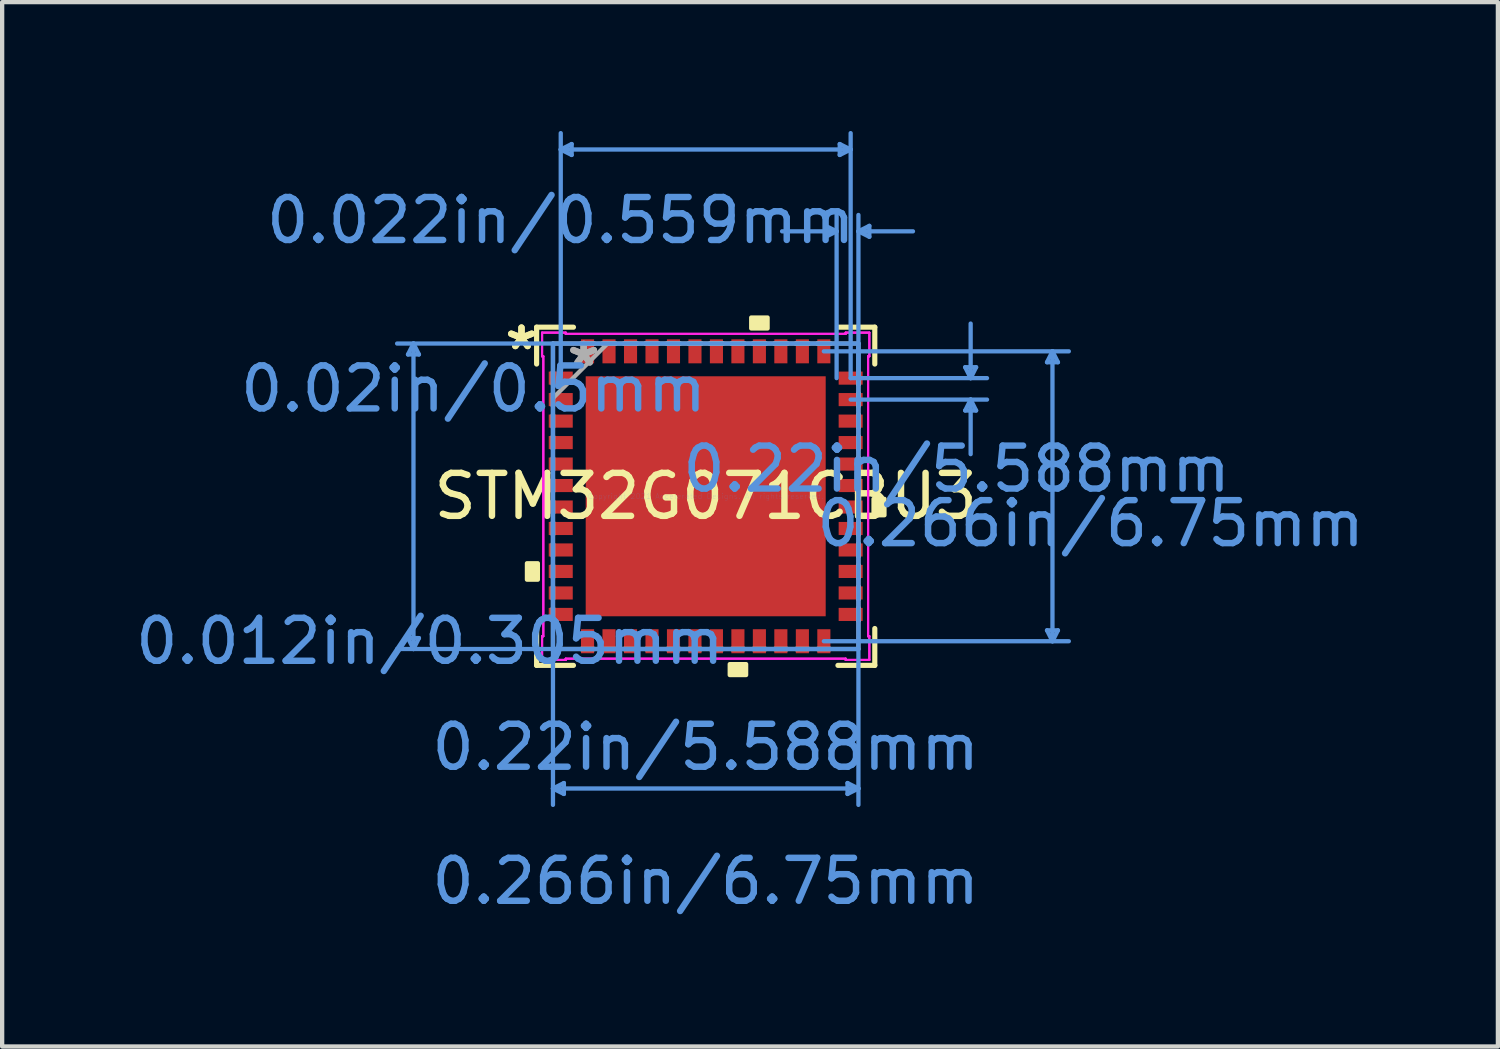
<source format=kicad_pcb>
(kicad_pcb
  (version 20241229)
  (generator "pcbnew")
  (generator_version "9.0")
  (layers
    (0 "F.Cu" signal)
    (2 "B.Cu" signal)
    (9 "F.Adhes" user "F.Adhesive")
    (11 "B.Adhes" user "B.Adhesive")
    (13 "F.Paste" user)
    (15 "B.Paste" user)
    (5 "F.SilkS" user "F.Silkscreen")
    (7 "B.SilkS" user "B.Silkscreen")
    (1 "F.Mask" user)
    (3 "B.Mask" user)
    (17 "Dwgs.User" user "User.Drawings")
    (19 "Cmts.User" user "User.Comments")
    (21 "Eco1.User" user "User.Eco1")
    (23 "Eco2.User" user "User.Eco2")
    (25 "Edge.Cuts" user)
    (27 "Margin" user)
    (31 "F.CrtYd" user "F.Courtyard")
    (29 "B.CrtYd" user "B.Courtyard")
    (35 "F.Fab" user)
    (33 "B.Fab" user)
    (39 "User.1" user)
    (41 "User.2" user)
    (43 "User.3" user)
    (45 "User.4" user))
  (footprint "STM32G071CBU3"
    (layer "F.Cu")
    (at 13.381 8.505)
    (property "Reference" "STM32G071CBU3" (at 0 0 0) (layer "F.SilkS") (effects (font (size 1 1) (thickness 0.15))))
    (attr through_hole)
    (fp_poly (pts (xy -3.654 -2.903) (xy -3.654 -2.598) (xy -3.096 -2.598) (xy -3.096 -2.903)) (stroke (width 0.1) (type solid)) (fill yes) (layer "F.Mask"))
    (fp_poly (pts (xy -3.654 -2.403) (xy -3.654 -2.098) (xy -3.096 -2.098) (xy -3.096 -2.403)) (stroke (width 0.1) (type solid)) (fill yes) (layer "F.Mask"))
    (fp_poly (pts (xy -3.654 -1.903) (xy -3.654 -1.598) (xy -3.096 -1.598) (xy -3.096 -1.903)) (stroke (width 0.1) (type solid)) (fill yes) (layer "F.Mask"))
    (fp_poly (pts (xy -3.654 -1.403) (xy -3.654 -1.098) (xy -3.096 -1.098) (xy -3.096 -1.403)) (stroke (width 0.1) (type solid)) (fill yes) (layer "F.Mask"))
    (fp_poly (pts (xy -3.654 -0.903) (xy -3.654 -0.598) (xy -3.096 -0.598) (xy -3.096 -0.903)) (stroke (width 0.1) (type solid)) (fill yes) (layer "F.Mask"))
    (fp_poly (pts (xy -3.654 -0.402) (xy -3.654 -0.098) (xy -3.096 -0.098) (xy -3.096 -0.402)) (stroke (width 0.1) (type solid)) (fill yes) (layer "F.Mask"))
    (fp_poly (pts (xy -3.654 0.098) (xy -3.654 0.402) (xy -3.096 0.402) (xy -3.096 0.098)) (stroke (width 0.1) (type solid)) (fill yes) (layer "F.Mask"))
    (fp_poly (pts (xy -3.654 0.598) (xy -3.654 0.903) (xy -3.096 0.903) (xy -3.096 0.598)) (stroke (width 0.1) (type solid)) (fill yes) (layer "F.Mask"))
    (fp_poly (pts (xy -3.654 1.098) (xy -3.654 1.403) (xy -3.096 1.403) (xy -3.096 1.098)) (stroke (width 0.1) (type solid)) (fill yes) (layer "F.Mask"))
    (fp_poly (pts (xy -3.654 1.598) (xy -3.654 1.903) (xy -3.096 1.903) (xy -3.096 1.598)) (stroke (width 0.1) (type solid)) (fill yes) (layer "F.Mask"))
    (fp_poly (pts (xy -3.654 2.098) (xy -3.654 2.403) (xy -3.096 2.403) (xy -3.096 2.098)) (stroke (width 0.1) (type solid)) (fill yes) (layer "F.Mask"))
    (fp_poly (pts (xy -3.654 2.598) (xy -3.654 2.903) (xy -3.096 2.903) (xy -3.096 2.598)) (stroke (width 0.1) (type solid)) (fill yes) (layer "F.Mask"))
    (fp_poly (pts (xy -2.903 -3.654) (xy -2.903 -3.096) (xy -2.598 -3.096) (xy -2.598 -3.654)) (stroke (width 0.1) (type solid)) (fill yes) (layer "F.Mask"))
    (fp_poly (pts (xy -2.903 3.096) (xy -2.903 3.654) (xy -2.598 3.654) (xy -2.598 3.096)) (stroke (width 0.1) (type solid)) (fill yes) (layer "F.Mask"))
    (fp_poly (pts (xy -2.403 -3.654) (xy -2.403 -3.096) (xy -2.098 -3.096) (xy -2.098 -3.654)) (stroke (width 0.1) (type solid)) (fill yes) (layer "F.Mask"))
    (fp_poly (pts (xy -2.403 3.096) (xy -2.403 3.654) (xy -2.098 3.654) (xy -2.098 3.096)) (stroke (width 0.1) (type solid)) (fill yes) (layer "F.Mask"))
    (fp_poly (pts (xy -1.903 -3.654) (xy -1.903 -3.096) (xy -1.598 -3.096) (xy -1.598 -3.654)) (stroke (width 0.1) (type solid)) (fill yes) (layer "F.Mask"))
    (fp_poly (pts (xy -1.903 3.096) (xy -1.903 3.654) (xy -1.598 3.654) (xy -1.598 3.096)) (stroke (width 0.1) (type solid)) (fill yes) (layer "F.Mask"))
    (fp_poly (pts (xy -1.403 -3.654) (xy -1.403 -3.096) (xy -1.098 -3.096) (xy -1.098 -3.654)) (stroke (width 0.1) (type solid)) (fill yes) (layer "F.Mask"))
    (fp_poly (pts (xy -1.403 3.096) (xy -1.403 3.654) (xy -1.098 3.654) (xy -1.098 3.096)) (stroke (width 0.1) (type solid)) (fill yes) (layer "F.Mask"))
    (fp_poly (pts (xy -0.903 -3.654) (xy -0.903 -3.096) (xy -0.598 -3.096) (xy -0.598 -3.654)) (stroke (width 0.1) (type solid)) (fill yes) (layer "F.Mask"))
    (fp_poly (pts (xy -0.903 3.096) (xy -0.903 3.654) (xy -0.598 3.654) (xy -0.598 3.096)) (stroke (width 0.1) (type solid)) (fill yes) (layer "F.Mask"))
    (fp_poly (pts (xy -0.402 -3.654) (xy -0.402 -3.096) (xy -0.098 -3.096) (xy -0.098 -3.654)) (stroke (width 0.1) (type solid)) (fill yes) (layer "F.Mask"))
    (fp_poly (pts (xy -0.402 3.096) (xy -0.402 3.654) (xy -0.098 3.654) (xy -0.098 3.096)) (stroke (width 0.1) (type solid)) (fill yes) (layer "F.Mask"))
    (fp_poly (pts (xy 0.098 -3.654) (xy 0.098 -3.096) (xy 0.402 -3.096) (xy 0.402 -3.654)) (stroke (width 0.1) (type solid)) (fill yes) (layer "F.Mask"))
    (fp_poly (pts (xy 0.098 3.096) (xy 0.098 3.654) (xy 0.402 3.654) (xy 0.402 3.096)) (stroke (width 0.1) (type solid)) (fill yes) (layer "F.Mask"))
    (fp_poly (pts (xy 0.598 -3.654) (xy 0.598 -3.096) (xy 0.903 -3.096) (xy 0.903 -3.654)) (stroke (width 0.1) (type solid)) (fill yes) (layer "F.Mask"))
    (fp_poly (pts (xy 0.598 3.096) (xy 0.598 3.654) (xy 0.903 3.654) (xy 0.903 3.096)) (stroke (width 0.1) (type solid)) (fill yes) (layer "F.Mask"))
    (fp_poly (pts (xy 1.098 -3.654) (xy 1.098 -3.096) (xy 1.403 -3.096) (xy 1.403 -3.654)) (stroke (width 0.1) (type solid)) (fill yes) (layer "F.Mask"))
    (fp_poly (pts (xy 1.098 3.096) (xy 1.098 3.654) (xy 1.403 3.654) (xy 1.403 3.096)) (stroke (width 0.1) (type solid)) (fill yes) (layer "F.Mask"))
    (fp_poly (pts (xy 1.598 -3.654) (xy 1.598 -3.096) (xy 1.903 -3.096) (xy 1.903 -3.654)) (stroke (width 0.1) (type solid)) (fill yes) (layer "F.Mask"))
    (fp_poly (pts (xy 1.598 3.096) (xy 1.598 3.654) (xy 1.903 3.654) (xy 1.903 3.096)) (stroke (width 0.1) (type solid)) (fill yes) (layer "F.Mask"))
    (fp_poly (pts (xy 2.098 -3.654) (xy 2.098 -3.096) (xy 2.403 -3.096) (xy 2.403 -3.654)) (stroke (width 0.1) (type solid)) (fill yes) (layer "F.Mask"))
    (fp_poly (pts (xy 2.098 3.096) (xy 2.098 3.654) (xy 2.403 3.654) (xy 2.403 3.096)) (stroke (width 0.1) (type solid)) (fill yes) (layer "F.Mask"))
    (fp_poly (pts (xy 2.598 -3.654) (xy 2.598 -3.096) (xy 2.903 -3.096) (xy 2.903 -3.654)) (stroke (width 0.1) (type solid)) (fill yes) (layer "F.Mask"))
    (fp_poly (pts (xy 2.598 3.096) (xy 2.598 3.654) (xy 2.903 3.654) (xy 2.903 3.096)) (stroke (width 0.1) (type solid)) (fill yes) (layer "F.Mask"))
    (fp_poly (pts (xy 3.096 -2.903) (xy 3.096 -2.598) (xy 3.654 -2.598) (xy 3.654 -2.903)) (stroke (width 0.1) (type solid)) (fill yes) (layer "F.Mask"))
    (fp_poly (pts (xy 3.096 -2.403) (xy 3.096 -2.098) (xy 3.654 -2.098) (xy 3.654 -2.403)) (stroke (width 0.1) (type solid)) (fill yes) (layer "F.Mask"))
    (fp_poly (pts (xy 3.096 -1.903) (xy 3.096 -1.598) (xy 3.654 -1.598) (xy 3.654 -1.903)) (stroke (width 0.1) (type solid)) (fill yes) (layer "F.Mask"))
    (fp_poly (pts (xy 3.096 -1.403) (xy 3.096 -1.098) (xy 3.654 -1.098) (xy 3.654 -1.403)) (stroke (width 0.1) (type solid)) (fill yes) (layer "F.Mask"))
    (fp_poly (pts (xy 3.096 -0.903) (xy 3.096 -0.598) (xy 3.654 -0.598) (xy 3.654 -0.903)) (stroke (width 0.1) (type solid)) (fill yes) (layer "F.Mask"))
    (fp_poly (pts (xy 3.096 -0.402) (xy 3.096 -0.098) (xy 3.654 -0.098) (xy 3.654 -0.402)) (stroke (width 0.1) (type solid)) (fill yes) (layer "F.Mask"))
    (fp_poly (pts (xy 3.096 0.098) (xy 3.096 0.402) (xy 3.654 0.402) (xy 3.654 0.098)) (stroke (width 0.1) (type solid)) (fill yes) (layer "F.Mask"))
    (fp_poly (pts (xy 3.096 0.598) (xy 3.096 0.903) (xy 3.654 0.903) (xy 3.654 0.598)) (stroke (width 0.1) (type solid)) (fill yes) (layer "F.Mask"))
    (fp_poly (pts (xy 3.096 1.098) (xy 3.096 1.403) (xy 3.654 1.403) (xy 3.654 1.098)) (stroke (width 0.1) (type solid)) (fill yes) (layer "F.Mask"))
    (fp_poly (pts (xy 3.096 1.598) (xy 3.096 1.903) (xy 3.654 1.903) (xy 3.654 1.598)) (stroke (width 0.1) (type solid)) (fill yes) (layer "F.Mask"))
    (fp_poly (pts (xy 3.096 2.098) (xy 3.096 2.403) (xy 3.654 2.403) (xy 3.654 2.098)) (stroke (width 0.1) (type solid)) (fill yes) (layer "F.Mask"))
    (fp_poly (pts (xy 3.096 2.598) (xy 3.096 2.903) (xy 3.654 2.903) (xy 3.654 2.598)) (stroke (width 0.1) (type solid)) (fill yes) (layer "F.Mask"))
    (fp_line (start -3.937 -3.937) (end -3.937 -3.079) (stroke (width 0.12) (type solid)) (layer "F.SilkS"))
    (fp_line (start -3.937 3.079) (end -3.937 3.937) (stroke (width 0.12) (type solid)) (layer "F.SilkS"))
    (fp_line (start -3.937 3.937) (end -3.079 3.937) (stroke (width 0.12) (type solid)) (layer "F.SilkS"))
    (fp_line (start -3.079 -3.937) (end -3.937 -3.937) (stroke (width 0.12) (type solid)) (layer "F.SilkS"))
    (fp_line (start 3.079 3.937) (end 3.937 3.937) (stroke (width 0.12) (type solid)) (layer "F.SilkS"))
    (fp_line (start 3.937 -3.937) (end 3.079 -3.937) (stroke (width 0.12) (type solid)) (layer "F.SilkS"))
    (fp_line (start 3.937 -3.079) (end 3.937 -3.937) (stroke (width 0.12) (type solid)) (layer "F.SilkS"))
    (fp_line (start 3.937 3.937) (end 3.937 3.079) (stroke (width 0.12) (type solid)) (layer "F.SilkS"))
    (fp_poly (pts (xy -4.162 1.56) (xy -4.162 1.941) (xy -3.908 1.941) (xy -3.908 1.56)) (stroke (width 0.1) (type solid)) (fill yes) (layer "F.SilkS"))
    (fp_poly (pts (xy 0.56 3.908) (xy 0.56 4.162) (xy 0.941 4.162) (xy 0.941 3.908)) (stroke (width 0.1) (type solid)) (fill yes) (layer "F.SilkS"))
    (fp_poly (pts (xy 1.06 -3.908) (xy 1.06 -4.162) (xy 1.441 -4.162) (xy 1.441 -3.908)) (stroke (width 0.1) (type solid)) (fill yes) (layer "F.SilkS"))
    (fp_poly (pts (xy 4.162 0.06) (xy 4.162 0.441) (xy 3.908 0.441) (xy 3.908 0.06)) (stroke (width 0.1) (type solid)) (fill yes) (layer "F.SilkS"))
    (fp_poly (pts (xy -3.654 -2.903) (xy -3.654 -2.598) (xy -3.096 -2.598) (xy -3.096 -2.903)) (stroke (width 0.1) (type solid)) (fill yes) (layer "F.Paste"))
    (fp_poly (pts (xy -3.654 -2.403) (xy -3.654 -2.098) (xy -3.096 -2.098) (xy -3.096 -2.403)) (stroke (width 0.1) (type solid)) (fill yes) (layer "F.Paste"))
    (fp_poly (pts (xy -3.654 -1.903) (xy -3.654 -1.598) (xy -3.096 -1.598) (xy -3.096 -1.903)) (stroke (width 0.1) (type solid)) (fill yes) (layer "F.Paste"))
    (fp_poly (pts (xy -3.654 -1.403) (xy -3.654 -1.098) (xy -3.096 -1.098) (xy -3.096 -1.403)) (stroke (width 0.1) (type solid)) (fill yes) (layer "F.Paste"))
    (fp_poly (pts (xy -3.654 -0.903) (xy -3.654 -0.598) (xy -3.096 -0.598) (xy -3.096 -0.903)) (stroke (width 0.1) (type solid)) (fill yes) (layer "F.Paste"))
    (fp_poly (pts (xy -3.654 -0.402) (xy -3.654 -0.098) (xy -3.096 -0.098) (xy -3.096 -0.402)) (stroke (width 0.1) (type solid)) (fill yes) (layer "F.Paste"))
    (fp_poly (pts (xy -3.654 0.098) (xy -3.654 0.402) (xy -3.096 0.402) (xy -3.096 0.098)) (stroke (width 0.1) (type solid)) (fill yes) (layer "F.Paste"))
    (fp_poly (pts (xy -3.654 0.598) (xy -3.654 0.903) (xy -3.096 0.903) (xy -3.096 0.598)) (stroke (width 0.1) (type solid)) (fill yes) (layer "F.Paste"))
    (fp_poly (pts (xy -3.654 1.098) (xy -3.654 1.403) (xy -3.096 1.403) (xy -3.096 1.098)) (stroke (width 0.1) (type solid)) (fill yes) (layer "F.Paste"))
    (fp_poly (pts (xy -3.654 1.598) (xy -3.654 1.903) (xy -3.096 1.903) (xy -3.096 1.598)) (stroke (width 0.1) (type solid)) (fill yes) (layer "F.Paste"))
    (fp_poly (pts (xy -3.654 2.098) (xy -3.654 2.403) (xy -3.096 2.403) (xy -3.096 2.098)) (stroke (width 0.1) (type solid)) (fill yes) (layer "F.Paste"))
    (fp_poly (pts (xy -3.654 2.598) (xy -3.654 2.903) (xy -3.096 2.903) (xy -3.096 2.598)) (stroke (width 0.1) (type solid)) (fill yes) (layer "F.Paste"))
    (fp_poly (pts (xy -2.903 -3.654) (xy -2.903 -3.096) (xy -2.598 -3.096) (xy -2.598 -3.654)) (stroke (width 0.1) (type solid)) (fill yes) (layer "F.Paste"))
    (fp_poly (pts (xy -2.903 3.096) (xy -2.903 3.654) (xy -2.598 3.654) (xy -2.598 3.096)) (stroke (width 0.1) (type solid)) (fill yes) (layer "F.Paste"))
    (fp_poly (pts (xy -2.694 -2.694) (xy -2.694 -1.497) (xy -1.497 -1.497) (xy -1.497 -2.694)) (stroke (width 0.1) (type solid)) (fill yes) (layer "F.Paste"))
    (fp_poly (pts (xy -2.694 -1.297) (xy -2.694 -0.1) (xy -1.497 -0.1) (xy -1.497 -1.297)) (stroke (width 0.1) (type solid)) (fill yes) (layer "F.Paste"))
    (fp_poly (pts (xy -2.694 0.1) (xy -2.694 1.297) (xy -1.497 1.297) (xy -1.497 0.1)) (stroke (width 0.1) (type solid)) (fill yes) (layer "F.Paste"))
    (fp_poly (pts (xy -2.694 1.497) (xy -2.694 2.694) (xy -1.497 2.694) (xy -1.497 1.497)) (stroke (width 0.1) (type solid)) (fill yes) (layer "F.Paste"))
    (fp_poly (pts (xy -2.403 -3.654) (xy -2.403 -3.096) (xy -2.098 -3.096) (xy -2.098 -3.654)) (stroke (width 0.1) (type solid)) (fill yes) (layer "F.Paste"))
    (fp_poly (pts (xy -2.403 3.096) (xy -2.403 3.654) (xy -2.098 3.654) (xy -2.098 3.096)) (stroke (width 0.1) (type solid)) (fill yes) (layer "F.Paste"))
    (fp_poly (pts (xy -1.903 -3.654) (xy -1.903 -3.096) (xy -1.598 -3.096) (xy -1.598 -3.654)) (stroke (width 0.1) (type solid)) (fill yes) (layer "F.Paste"))
    (fp_poly (pts (xy -1.903 3.096) (xy -1.903 3.654) (xy -1.598 3.654) (xy -1.598 3.096)) (stroke (width 0.1) (type solid)) (fill yes) (layer "F.Paste"))
    (fp_poly (pts (xy -1.403 -3.654) (xy -1.403 -3.096) (xy -1.098 -3.096) (xy -1.098 -3.654)) (stroke (width 0.1) (type solid)) (fill yes) (layer "F.Paste"))
    (fp_poly (pts (xy -1.403 3.096) (xy -1.403 3.654) (xy -1.098 3.654) (xy -1.098 3.096)) (stroke (width 0.1) (type solid)) (fill yes) (layer "F.Paste"))
    (fp_poly (pts (xy -1.297 -2.694) (xy -1.297 -1.497) (xy -0.1 -1.497) (xy -0.1 -2.694)) (stroke (width 0.1) (type solid)) (fill yes) (layer "F.Paste"))
    (fp_poly (pts (xy -1.297 -1.297) (xy -1.297 -0.1) (xy -0.1 -0.1) (xy -0.1 -1.297)) (stroke (width 0.1) (type solid)) (fill yes) (layer "F.Paste"))
    (fp_poly (pts (xy -1.297 0.1) (xy -1.297 1.297) (xy -0.1 1.297) (xy -0.1 0.1)) (stroke (width 0.1) (type solid)) (fill yes) (layer "F.Paste"))
    (fp_poly (pts (xy -1.297 1.497) (xy -1.297 2.694) (xy -0.1 2.694) (xy -0.1 1.497)) (stroke (width 0.1) (type solid)) (fill yes) (layer "F.Paste"))
    (fp_poly (pts (xy -0.903 -3.654) (xy -0.903 -3.096) (xy -0.598 -3.096) (xy -0.598 -3.654)) (stroke (width 0.1) (type solid)) (fill yes) (layer "F.Paste"))
    (fp_poly (pts (xy -0.903 3.096) (xy -0.903 3.654) (xy -0.598 3.654) (xy -0.598 3.096)) (stroke (width 0.1) (type solid)) (fill yes) (layer "F.Paste"))
    (fp_poly (pts (xy -0.402 -3.654) (xy -0.402 -3.096) (xy -0.098 -3.096) (xy -0.098 -3.654)) (stroke (width 0.1) (type solid)) (fill yes) (layer "F.Paste"))
    (fp_poly (pts (xy -0.402 3.096) (xy -0.402 3.654) (xy -0.098 3.654) (xy -0.098 3.096)) (stroke (width 0.1) (type solid)) (fill yes) (layer "F.Paste"))
    (fp_poly (pts (xy 0.098 -3.654) (xy 0.098 -3.096) (xy 0.402 -3.096) (xy 0.402 -3.654)) (stroke (width 0.1) (type solid)) (fill yes) (layer "F.Paste"))
    (fp_poly (pts (xy 0.098 3.096) (xy 0.098 3.654) (xy 0.402 3.654) (xy 0.402 3.096)) (stroke (width 0.1) (type solid)) (fill yes) (layer "F.Paste"))
    (fp_poly (pts (xy 0.1 -2.694) (xy 0.1 -1.497) (xy 1.297 -1.497) (xy 1.297 -2.694)) (stroke (width 0.1) (type solid)) (fill yes) (layer "F.Paste"))
    (fp_poly (pts (xy 0.1 -1.297) (xy 0.1 -0.1) (xy 1.297 -0.1) (xy 1.297 -1.297)) (stroke (width 0.1) (type solid)) (fill yes) (layer "F.Paste"))
    (fp_poly (pts (xy 0.1 0.1) (xy 0.1 1.297) (xy 1.297 1.297) (xy 1.297 0.1)) (stroke (width 0.1) (type solid)) (fill yes) (layer "F.Paste"))
    (fp_poly (pts (xy 0.1 1.497) (xy 0.1 2.694) (xy 1.297 2.694) (xy 1.297 1.497)) (stroke (width 0.1) (type solid)) (fill yes) (layer "F.Paste"))
    (fp_poly (pts (xy 0.598 -3.654) (xy 0.598 -3.096) (xy 0.903 -3.096) (xy 0.903 -3.654)) (stroke (width 0.1) (type solid)) (fill yes) (layer "F.Paste"))
    (fp_poly (pts (xy 0.598 3.096) (xy 0.598 3.654) (xy 0.903 3.654) (xy 0.903 3.096)) (stroke (width 0.1) (type solid)) (fill yes) (layer "F.Paste"))
    (fp_poly (pts (xy 1.098 -3.654) (xy 1.098 -3.096) (xy 1.403 -3.096) (xy 1.403 -3.654)) (stroke (width 0.1) (type solid)) (fill yes) (layer "F.Paste"))
    (fp_poly (pts (xy 1.098 3.096) (xy 1.098 3.654) (xy 1.403 3.654) (xy 1.403 3.096)) (stroke (width 0.1) (type solid)) (fill yes) (layer "F.Paste"))
    (fp_poly (pts (xy 1.497 -2.694) (xy 1.497 -1.497) (xy 2.694 -1.497) (xy 2.694 -2.694)) (stroke (width 0.1) (type solid)) (fill yes) (layer "F.Paste"))
    (fp_poly (pts (xy 1.497 -1.297) (xy 1.497 -0.1) (xy 2.694 -0.1) (xy 2.694 -1.297)) (stroke (width 0.1) (type solid)) (fill yes) (layer "F.Paste"))
    (fp_poly (pts (xy 1.497 0.1) (xy 1.497 1.297) (xy 2.694 1.297) (xy 2.694 0.1)) (stroke (width 0.1) (type solid)) (fill yes) (layer "F.Paste"))
    (fp_poly (pts (xy 1.497 1.497) (xy 1.497 2.694) (xy 2.694 2.694) (xy 2.694 1.497)) (stroke (width 0.1) (type solid)) (fill yes) (layer "F.Paste"))
    (fp_poly (pts (xy 1.598 -3.654) (xy 1.598 -3.096) (xy 1.903 -3.096) (xy 1.903 -3.654)) (stroke (width 0.1) (type solid)) (fill yes) (layer "F.Paste"))
    (fp_poly (pts (xy 1.598 3.096) (xy 1.598 3.654) (xy 1.903 3.654) (xy 1.903 3.096)) (stroke (width 0.1) (type solid)) (fill yes) (layer "F.Paste"))
    (fp_poly (pts (xy 2.098 -3.654) (xy 2.098 -3.096) (xy 2.403 -3.096) (xy 2.403 -3.654)) (stroke (width 0.1) (type solid)) (fill yes) (layer "F.Paste"))
    (fp_poly (pts (xy 2.098 3.096) (xy 2.098 3.654) (xy 2.403 3.654) (xy 2.403 3.096)) (stroke (width 0.1) (type solid)) (fill yes) (layer "F.Paste"))
    (fp_poly (pts (xy 2.598 -3.654) (xy 2.598 -3.096) (xy 2.903 -3.096) (xy 2.903 -3.654)) (stroke (width 0.1) (type solid)) (fill yes) (layer "F.Paste"))
    (fp_poly (pts (xy 2.598 3.096) (xy 2.598 3.654) (xy 2.903 3.654) (xy 2.903 3.096)) (stroke (width 0.1) (type solid)) (fill yes) (layer "F.Paste"))
    (fp_poly (pts (xy 3.096 -2.903) (xy 3.096 -2.598) (xy 3.654 -2.598) (xy 3.654 -2.903)) (stroke (width 0.1) (type solid)) (fill yes) (layer "F.Paste"))
    (fp_poly (pts (xy 3.096 -2.403) (xy 3.096 -2.098) (xy 3.654 -2.098) (xy 3.654 -2.403)) (stroke (width 0.1) (type solid)) (fill yes) (layer "F.Paste"))
    (fp_poly (pts (xy 3.096 -1.903) (xy 3.096 -1.598) (xy 3.654 -1.598) (xy 3.654 -1.903)) (stroke (width 0.1) (type solid)) (fill yes) (layer "F.Paste"))
    (fp_poly (pts (xy 3.096 -1.403) (xy 3.096 -1.098) (xy 3.654 -1.098) (xy 3.654 -1.403)) (stroke (width 0.1) (type solid)) (fill yes) (layer "F.Paste"))
    (fp_poly (pts (xy 3.096 -0.903) (xy 3.096 -0.598) (xy 3.654 -0.598) (xy 3.654 -0.903)) (stroke (width 0.1) (type solid)) (fill yes) (layer "F.Paste"))
    (fp_poly (pts (xy 3.096 -0.402) (xy 3.096 -0.098) (xy 3.654 -0.098) (xy 3.654 -0.402)) (stroke (width 0.1) (type solid)) (fill yes) (layer "F.Paste"))
    (fp_poly (pts (xy 3.096 0.098) (xy 3.096 0.402) (xy 3.654 0.402) (xy 3.654 0.098)) (stroke (width 0.1) (type solid)) (fill yes) (layer "F.Paste"))
    (fp_poly (pts (xy 3.096 0.598) (xy 3.096 0.903) (xy 3.654 0.903) (xy 3.654 0.598)) (stroke (width 0.1) (type solid)) (fill yes) (layer "F.Paste"))
    (fp_poly (pts (xy 3.096 1.098) (xy 3.096 1.403) (xy 3.654 1.403) (xy 3.654 1.098)) (stroke (width 0.1) (type solid)) (fill yes) (layer "F.Paste"))
    (fp_poly (pts (xy 3.096 1.598) (xy 3.096 1.903) (xy 3.654 1.903) (xy 3.654 1.598)) (stroke (width 0.1) (type solid)) (fill yes) (layer "F.Paste"))
    (fp_poly (pts (xy 3.096 2.098) (xy 3.096 2.403) (xy 3.654 2.403) (xy 3.654 2.098)) (stroke (width 0.1) (type solid)) (fill yes) (layer "F.Paste"))
    (fp_poly (pts (xy 3.096 2.598) (xy 3.096 2.903) (xy 3.654 2.903) (xy 3.654 2.598)) (stroke (width 0.1) (type solid)) (fill yes) (layer "F.Paste"))
    (fp_line (start -6.931 -3.302) (end -6.677 -3.302) (stroke (width 0.1) (type solid)) (layer "Cmts.User"))
    (fp_line (start -6.931 3.302) (end -6.677 3.302) (stroke (width 0.1) (type solid)) (layer "Cmts.User"))
    (fp_line (start -6.804 -3.556) (end -6.931 -3.302) (stroke (width 0.1) (type solid)) (layer "Cmts.User"))
    (fp_line (start -6.804 -3.556) (end -6.804 3.556) (stroke (width 0.1) (type solid)) (layer "Cmts.User"))
    (fp_line (start -6.804 -3.556) (end -6.677 -3.302) (stroke (width 0.1) (type solid)) (layer "Cmts.User"))
    (fp_line (start -6.804 3.556) (end -6.931 3.302) (stroke (width 0.1) (type solid)) (layer "Cmts.User"))
    (fp_line (start -6.804 3.556) (end -6.677 3.302) (stroke (width 0.1) (type solid)) (layer "Cmts.User"))
    (fp_line (start -3.556 -3.556) (end -3.556 7.185) (stroke (width 0.1) (type solid)) (layer "Cmts.User"))
    (fp_line (start -3.556 6.804) (end -3.302 6.677) (stroke (width 0.1) (type solid)) (layer "Cmts.User"))
    (fp_line (start -3.556 6.804) (end -3.302 6.931) (stroke (width 0.1) (type solid)) (layer "Cmts.User"))
    (fp_line (start -3.556 6.804) (end 3.556 6.804) (stroke (width 0.1) (type solid)) (layer "Cmts.User"))
    (fp_line (start -3.375 -8.074) (end -3.121 -8.201) (stroke (width 0.1) (type solid)) (layer "Cmts.User"))
    (fp_line (start -3.375 -8.074) (end -3.121 -7.947) (stroke (width 0.1) (type solid)) (layer "Cmts.User"))
    (fp_line (start -3.375 -8.074) (end 3.375 -8.074) (stroke (width 0.1) (type solid)) (layer "Cmts.User"))
    (fp_line (start -3.375 -2.751) (end -3.375 -8.455) (stroke (width 0.1) (type solid)) (layer "Cmts.User"))
    (fp_line (start -3.302 6.677) (end -3.302 6.931) (stroke (width 0.1) (type solid)) (layer "Cmts.User"))
    (fp_line (start -3.121 -8.201) (end -3.121 -7.947) (stroke (width 0.1) (type solid)) (layer "Cmts.User"))
    (fp_line (start 2.751 -3.375) (end 8.455 -3.375) (stroke (width 0.1) (type solid)) (layer "Cmts.User"))
    (fp_line (start 2.751 3.375) (end 8.455 3.375) (stroke (width 0.1) (type solid)) (layer "Cmts.User"))
    (fp_line (start 2.794 -6.296) (end 2.794 -6.042) (stroke (width 0.1) (type solid)) (layer "Cmts.User"))
    (fp_line (start 3.048 -6.169) (end 1.778 -6.169) (stroke (width 0.1) (type solid)) (layer "Cmts.User"))
    (fp_line (start 3.048 -6.169) (end 2.794 -6.296) (stroke (width 0.1) (type solid)) (layer "Cmts.User"))
    (fp_line (start 3.048 -6.169) (end 2.794 -6.042) (stroke (width 0.1) (type solid)) (layer "Cmts.User"))
    (fp_line (start 3.048 -2.751) (end 3.048 -6.55) (stroke (width 0.1) (type solid)) (layer "Cmts.User"))
    (fp_line (start 3.121 -8.201) (end 3.121 -7.947) (stroke (width 0.1) (type solid)) (layer "Cmts.User"))
    (fp_line (start 3.302 6.677) (end 3.302 6.931) (stroke (width 0.1) (type solid)) (layer "Cmts.User"))
    (fp_line (start 3.375 -8.074) (end 3.121 -8.201) (stroke (width 0.1) (type solid)) (layer "Cmts.User"))
    (fp_line (start 3.375 -8.074) (end 3.121 -7.947) (stroke (width 0.1) (type solid)) (layer "Cmts.User"))
    (fp_line (start 3.375 -2.751) (end 3.375 -8.455) (stroke (width 0.1) (type solid)) (layer "Cmts.User"))
    (fp_line (start 3.375 -2.751) (end 6.55 -2.751) (stroke (width 0.1) (type solid)) (layer "Cmts.User"))
    (fp_line (start 3.375 -2.251) (end 6.55 -2.251) (stroke (width 0.1) (type solid)) (layer "Cmts.User"))
    (fp_line (start 3.556 -6.169) (end 3.81 -6.296) (stroke (width 0.1) (type solid)) (layer "Cmts.User"))
    (fp_line (start 3.556 -6.169) (end 3.81 -6.042) (stroke (width 0.1) (type solid)) (layer "Cmts.User"))
    (fp_line (start 3.556 -6.169) (end 4.826 -6.169) (stroke (width 0.1) (type solid)) (layer "Cmts.User"))
    (fp_line (start 3.556 -3.556) (end -7.185 -3.556) (stroke (width 0.1) (type solid)) (layer "Cmts.User"))
    (fp_line (start 3.556 -3.556) (end 3.556 7.185) (stroke (width 0.1) (type solid)) (layer "Cmts.User"))
    (fp_line (start 3.556 -2.751) (end 3.556 -6.55) (stroke (width 0.1) (type solid)) (layer "Cmts.User"))
    (fp_line (start 3.556 3.556) (end -7.185 3.556) (stroke (width 0.1) (type solid)) (layer "Cmts.User"))
    (fp_line (start 3.556 6.804) (end 3.302 6.677) (stroke (width 0.1) (type solid)) (layer "Cmts.User"))
    (fp_line (start 3.556 6.804) (end 3.302 6.931) (stroke (width 0.1) (type solid)) (layer "Cmts.User"))
    (fp_line (start 3.81 -6.296) (end 3.81 -6.042) (stroke (width 0.1) (type solid)) (layer "Cmts.User"))
    (fp_line (start 6.042 -3.005) (end 6.296 -3.005) (stroke (width 0.1) (type solid)) (layer "Cmts.User"))
    (fp_line (start 6.042 -1.997) (end 6.296 -1.997) (stroke (width 0.1) (type solid)) (layer "Cmts.User"))
    (fp_line (start 6.169 -2.751) (end 6.042 -3.005) (stroke (width 0.1) (type solid)) (layer "Cmts.User"))
    (fp_line (start 6.169 -2.751) (end 6.169 -4.021) (stroke (width 0.1) (type solid)) (layer "Cmts.User"))
    (fp_line (start 6.169 -2.751) (end 6.296 -3.005) (stroke (width 0.1) (type solid)) (layer "Cmts.User"))
    (fp_line (start 6.169 -2.251) (end 6.042 -1.997) (stroke (width 0.1) (type solid)) (layer "Cmts.User"))
    (fp_line (start 6.169 -2.251) (end 6.169 -0.981) (stroke (width 0.1) (type solid)) (layer "Cmts.User"))
    (fp_line (start 6.169 -2.251) (end 6.296 -1.997) (stroke (width 0.1) (type solid)) (layer "Cmts.User"))
    (fp_line (start 7.947 -3.121) (end 8.201 -3.121) (stroke (width 0.1) (type solid)) (layer "Cmts.User"))
    (fp_line (start 7.947 3.121) (end 8.201 3.121) (stroke (width 0.1) (type solid)) (layer "Cmts.User"))
    (fp_line (start 8.074 -3.375) (end 7.947 -3.121) (stroke (width 0.1) (type solid)) (layer "Cmts.User"))
    (fp_line (start 8.074 -3.375) (end 8.074 3.375) (stroke (width 0.1) (type solid)) (layer "Cmts.User"))
    (fp_line (start 8.074 -3.375) (end 8.201 -3.121) (stroke (width 0.1) (type solid)) (layer "Cmts.User"))
    (fp_line (start 8.074 3.375) (end 7.947 3.121) (stroke (width 0.1) (type solid)) (layer "Cmts.User"))
    (fp_line (start 8.074 3.375) (end 8.201 3.121) (stroke (width 0.1) (type solid)) (layer "Cmts.User"))
    (fp_line (start -3.81 -3.81) (end -3.259 -3.81) (stroke (width 0.05) (type solid)) (layer "F.CrtYd"))
    (fp_line (start -3.81 -3.81) (end -3.259 -3.81) (stroke (width 0.05) (type solid)) (layer "F.CrtYd"))
    (fp_line (start -3.81 -3.259) (end -3.81 -3.81) (stroke (width 0.05) (type solid)) (layer "F.CrtYd"))
    (fp_line (start -3.81 -3.259) (end -3.81 -3.81) (stroke (width 0.05) (type solid)) (layer "F.CrtYd"))
    (fp_line (start -3.81 3.259) (end -3.781 3.259) (stroke (width 0.05) (type solid)) (layer "F.CrtYd"))
    (fp_line (start -3.81 3.259) (end -3.781 3.259) (stroke (width 0.05) (type solid)) (layer "F.CrtYd"))
    (fp_line (start -3.81 3.81) (end -3.81 3.259) (stroke (width 0.05) (type solid)) (layer "F.CrtYd"))
    (fp_line (start -3.81 3.81) (end -3.81 3.259) (stroke (width 0.05) (type solid)) (layer "F.CrtYd"))
    (fp_line (start -3.781 -3.259) (end -3.81 -3.259) (stroke (width 0.05) (type solid)) (layer "F.CrtYd"))
    (fp_line (start -3.781 -3.259) (end -3.81 -3.259) (stroke (width 0.05) (type solid)) (layer "F.CrtYd"))
    (fp_line (start -3.781 3.259) (end -3.781 -3.259) (stroke (width 0.05) (type solid)) (layer "F.CrtYd"))
    (fp_line (start -3.781 3.259) (end -3.781 -3.259) (stroke (width 0.05) (type solid)) (layer "F.CrtYd"))
    (fp_line (start -3.259 -3.81) (end -3.259 -3.781) (stroke (width 0.05) (type solid)) (layer "F.CrtYd"))
    (fp_line (start -3.259 -3.81) (end -3.259 -3.781) (stroke (width 0.05) (type solid)) (layer "F.CrtYd"))
    (fp_line (start -3.259 -3.781) (end 3.259 -3.781) (stroke (width 0.05) (type solid)) (layer "F.CrtYd"))
    (fp_line (start -3.259 -3.781) (end 3.259 -3.781) (stroke (width 0.05) (type solid)) (layer "F.CrtYd"))
    (fp_line (start -3.259 3.781) (end -3.259 3.81) (stroke (width 0.05) (type solid)) (layer "F.CrtYd"))
    (fp_line (start -3.259 3.781) (end -3.259 3.81) (stroke (width 0.05) (type solid)) (layer "F.CrtYd"))
    (fp_line (start -3.259 3.81) (end -3.81 3.81) (stroke (width 0.05) (type solid)) (layer "F.CrtYd"))
    (fp_line (start -3.259 3.81) (end -3.81 3.81) (stroke (width 0.05) (type solid)) (layer "F.CrtYd"))
    (fp_line (start 3.259 -3.81) (end 3.81 -3.81) (stroke (width 0.05) (type solid)) (layer "F.CrtYd"))
    (fp_line (start 3.259 -3.81) (end 3.81 -3.81) (stroke (width 0.05) (type solid)) (layer "F.CrtYd"))
    (fp_line (start 3.259 -3.781) (end 3.259 -3.81) (stroke (width 0.05) (type solid)) (layer "F.CrtYd"))
    (fp_line (start 3.259 -3.781) (end 3.259 -3.81) (stroke (width 0.05) (type solid)) (layer "F.CrtYd"))
    (fp_line (start 3.259 3.781) (end -3.259 3.781) (stroke (width 0.05) (type solid)) (layer "F.CrtYd"))
    (fp_line (start 3.259 3.781) (end -3.259 3.781) (stroke (width 0.05) (type solid)) (layer "F.CrtYd"))
    (fp_line (start 3.259 3.81) (end 3.259 3.781) (stroke (width 0.05) (type solid)) (layer "F.CrtYd"))
    (fp_line (start 3.259 3.81) (end 3.259 3.781) (stroke (width 0.05) (type solid)) (layer "F.CrtYd"))
    (fp_line (start 3.781 -3.259) (end 3.781 3.259) (stroke (width 0.05) (type solid)) (layer "F.CrtYd"))
    (fp_line (start 3.781 -3.259) (end 3.781 3.259) (stroke (width 0.05) (type solid)) (layer "F.CrtYd"))
    (fp_line (start 3.781 3.259) (end 3.81 3.259) (stroke (width 0.05) (type solid)) (layer "F.CrtYd"))
    (fp_line (start 3.781 3.259) (end 3.81 3.259) (stroke (width 0.05) (type solid)) (layer "F.CrtYd"))
    (fp_line (start 3.81 -3.81) (end 3.81 -3.259) (stroke (width 0.05) (type solid)) (layer "F.CrtYd"))
    (fp_line (start 3.81 -3.81) (end 3.81 -3.259) (stroke (width 0.05) (type solid)) (layer "F.CrtYd"))
    (fp_line (start 3.81 -3.259) (end 3.781 -3.259) (stroke (width 0.05) (type solid)) (layer "F.CrtYd"))
    (fp_line (start 3.81 -3.259) (end 3.781 -3.259) (stroke (width 0.05) (type solid)) (layer "F.CrtYd"))
    (fp_line (start 3.81 3.259) (end 3.81 3.81) (stroke (width 0.05) (type solid)) (layer "F.CrtYd"))
    (fp_line (start 3.81 3.259) (end 3.81 3.81) (stroke (width 0.05) (type solid)) (layer "F.CrtYd"))
    (fp_line (start 3.81 3.81) (end 3.259 3.81) (stroke (width 0.05) (type solid)) (layer "F.CrtYd"))
    (fp_line (start 3.81 3.81) (end 3.259 3.81) (stroke (width 0.05) (type solid)) (layer "F.CrtYd"))
    (fp_line (start -3.556 -3.556) (end -3.556 3.556) (stroke (width 0.1) (type solid)) (layer "F.Fab"))
    (fp_line (start -3.556 -2.903) (end -3.556 -2.903) (stroke (width 0.1) (type solid)) (layer "F.Fab"))
    (fp_line (start -3.556 -2.903) (end -3.556 -2.598) (stroke (width 0.1) (type solid)) (layer "F.Fab"))
    (fp_line (start -3.556 -2.598) (end -3.556 -2.903) (stroke (width 0.1) (type solid)) (layer "F.Fab"))
    (fp_line (start -3.556 -2.598) (end -3.556 -2.598) (stroke (width 0.1) (type solid)) (layer "F.Fab"))
    (fp_line (start -3.556 -2.403) (end -3.556 -2.403) (stroke (width 0.1) (type solid)) (layer "F.Fab"))
    (fp_line (start -3.556 -2.403) (end -3.556 -2.098) (stroke (width 0.1) (type solid)) (layer "F.Fab"))
    (fp_line (start -3.556 -2.286) (end -2.286 -3.556) (stroke (width 0.1) (type solid)) (layer "F.Fab"))
    (fp_line (start -3.556 -2.098) (end -3.556 -2.403) (stroke (width 0.1) (type solid)) (layer "F.Fab"))
    (fp_line (start -3.556 -2.098) (end -3.556 -2.098) (stroke (width 0.1) (type solid)) (layer "F.Fab"))
    (fp_line (start -3.556 -1.903) (end -3.556 -1.903) (stroke (width 0.1) (type solid)) (layer "F.Fab"))
    (fp_line (start -3.556 -1.903) (end -3.556 -1.598) (stroke (width 0.1) (type solid)) (layer "F.Fab"))
    (fp_line (start -3.556 -1.598) (end -3.556 -1.903) (stroke (width 0.1) (type solid)) (layer "F.Fab"))
    (fp_line (start -3.556 -1.598) (end -3.556 -1.598) (stroke (width 0.1) (type solid)) (layer "F.Fab"))
    (fp_line (start -3.556 -1.403) (end -3.556 -1.403) (stroke (width 0.1) (type solid)) (layer "F.Fab"))
    (fp_line (start -3.556 -1.403) (end -3.556 -1.098) (stroke (width 0.1) (type solid)) (layer "F.Fab"))
    (fp_line (start -3.556 -1.098) (end -3.556 -1.403) (stroke (width 0.1) (type solid)) (layer "F.Fab"))
    (fp_line (start -3.556 -1.098) (end -3.556 -1.098) (stroke (width 0.1) (type solid)) (layer "F.Fab"))
    (fp_line (start -3.556 -0.903) (end -3.556 -0.903) (stroke (width 0.1) (type solid)) (layer "F.Fab"))
    (fp_line (start -3.556 -0.903) (end -3.556 -0.598) (stroke (width 0.1) (type solid)) (layer "F.Fab"))
    (fp_line (start -3.556 -0.598) (end -3.556 -0.903) (stroke (width 0.1) (type solid)) (layer "F.Fab"))
    (fp_line (start -3.556 -0.598) (end -3.556 -0.598) (stroke (width 0.1) (type solid)) (layer "F.Fab"))
    (fp_line (start -3.556 -0.402) (end -3.556 -0.402) (stroke (width 0.1) (type solid)) (layer "F.Fab"))
    (fp_line (start -3.556 -0.402) (end -3.556 -0.098) (stroke (width 0.1) (type solid)) (layer "F.Fab"))
    (fp_line (start -3.556 -0.098) (end -3.556 -0.402) (stroke (width 0.1) (type solid)) (layer "F.Fab"))
    (fp_line (start -3.556 -0.098) (end -3.556 -0.098) (stroke (width 0.1) (type solid)) (layer "F.Fab"))
    (fp_line (start -3.556 0.098) (end -3.556 0.098) (stroke (width 0.1) (type solid)) (layer "F.Fab"))
    (fp_line (start -3.556 0.098) (end -3.556 0.402) (stroke (width 0.1) (type solid)) (layer "F.Fab"))
    (fp_line (start -3.556 0.402) (end -3.556 0.098) (stroke (width 0.1) (type solid)) (layer "F.Fab"))
    (fp_line (start -3.556 0.402) (end -3.556 0.402) (stroke (width 0.1) (type solid)) (layer "F.Fab"))
    (fp_line (start -3.556 0.598) (end -3.556 0.598) (stroke (width 0.1) (type solid)) (layer "F.Fab"))
    (fp_line (start -3.556 0.598) (end -3.556 0.903) (stroke (width 0.1) (type solid)) (layer "F.Fab"))
    (fp_line (start -3.556 0.903) (end -3.556 0.598) (stroke (width 0.1) (type solid)) (layer "F.Fab"))
    (fp_line (start -3.556 0.903) (end -3.556 0.903) (stroke (width 0.1) (type solid)) (layer "F.Fab"))
    (fp_line (start -3.556 1.098) (end -3.556 1.098) (stroke (width 0.1) (type solid)) (layer "F.Fab"))
    (fp_line (start -3.556 1.098) (end -3.556 1.403) (stroke (width 0.1) (type solid)) (layer "F.Fab"))
    (fp_line (start -3.556 1.403) (end -3.556 1.098) (stroke (width 0.1) (type solid)) (layer "F.Fab"))
    (fp_line (start -3.556 1.403) (end -3.556 1.403) (stroke (width 0.1) (type solid)) (layer "F.Fab"))
    (fp_line (start -3.556 1.598) (end -3.556 1.598) (stroke (width 0.1) (type solid)) (layer "F.Fab"))
    (fp_line (start -3.556 1.598) (end -3.556 1.903) (stroke (width 0.1) (type solid)) (layer "F.Fab"))
    (fp_line (start -3.556 1.903) (end -3.556 1.598) (stroke (width 0.1) (type solid)) (layer "F.Fab"))
    (fp_line (start -3.556 1.903) (end -3.556 1.903) (stroke (width 0.1) (type solid)) (layer "F.Fab"))
    (fp_line (start -3.556 2.098) (end -3.556 2.098) (stroke (width 0.1) (type solid)) (layer "F.Fab"))
    (fp_line (start -3.556 2.098) (end -3.556 2.403) (stroke (width 0.1) (type solid)) (layer "F.Fab"))
    (fp_line (start -3.556 2.403) (end -3.556 2.098) (stroke (width 0.1) (type solid)) (layer "F.Fab"))
    (fp_line (start -3.556 2.403) (end -3.556 2.403) (stroke (width 0.1) (type solid)) (layer "F.Fab"))
    (fp_line (start -3.556 2.598) (end -3.556 2.598) (stroke (width 0.1) (type solid)) (layer "F.Fab"))
    (fp_line (start -3.556 2.598) (end -3.556 2.903) (stroke (width 0.1) (type solid)) (layer "F.Fab"))
    (fp_line (start -3.556 2.903) (end -3.556 2.598) (stroke (width 0.1) (type solid)) (layer "F.Fab"))
    (fp_line (start -3.556 2.903) (end -3.556 2.903) (stroke (width 0.1) (type solid)) (layer "F.Fab"))
    (fp_line (start -3.556 3.556) (end 3.556 3.556) (stroke (width 0.1) (type solid)) (layer "F.Fab"))
    (fp_line (start -2.903 -3.556) (end -2.903 -3.556) (stroke (width 0.1) (type solid)) (layer "F.Fab"))
    (fp_line (start -2.903 -3.556) (end -2.598 -3.556) (stroke (width 0.1) (type solid)) (layer "F.Fab"))
    (fp_line (start -2.903 3.556) (end -2.903 3.556) (stroke (width 0.1) (type solid)) (layer "F.Fab"))
    (fp_line (start -2.903 3.556) (end -2.598 3.556) (stroke (width 0.1) (type solid)) (layer "F.Fab"))
    (fp_line (start -2.598 -3.556) (end -2.903 -3.556) (stroke (width 0.1) (type solid)) (layer "F.Fab"))
    (fp_line (start -2.598 -3.556) (end -2.598 -3.556) (stroke (width 0.1) (type solid)) (layer "F.Fab"))
    (fp_line (start -2.598 3.556) (end -2.903 3.556) (stroke (width 0.1) (type solid)) (layer "F.Fab"))
    (fp_line (start -2.598 3.556) (end -2.598 3.556) (stroke (width 0.1) (type solid)) (layer "F.Fab"))
    (fp_line (start -2.403 -3.556) (end -2.403 -3.556) (stroke (width 0.1) (type solid)) (layer "F.Fab"))
    (fp_line (start -2.403 -3.556) (end -2.098 -3.556) (stroke (width 0.1) (type solid)) (layer "F.Fab"))
    (fp_line (start -2.403 3.556) (end -2.403 3.556) (stroke (width 0.1) (type solid)) (layer "F.Fab"))
    (fp_line (start -2.403 3.556) (end -2.098 3.556) (stroke (width 0.1) (type solid)) (layer "F.Fab"))
    (fp_line (start -2.098 -3.556) (end -2.403 -3.556) (stroke (width 0.1) (type solid)) (layer "F.Fab"))
    (fp_line (start -2.098 -3.556) (end -2.098 -3.556) (stroke (width 0.1) (type solid)) (layer "F.Fab"))
    (fp_line (start -2.098 3.556) (end -2.403 3.556) (stroke (width 0.1) (type solid)) (layer "F.Fab"))
    (fp_line (start -2.098 3.556) (end -2.098 3.556) (stroke (width 0.1) (type solid)) (layer "F.Fab"))
    (fp_line (start -1.903 -3.556) (end -1.903 -3.556) (stroke (width 0.1) (type solid)) (layer "F.Fab"))
    (fp_line (start -1.903 -3.556) (end -1.598 -3.556) (stroke (width 0.1) (type solid)) (layer "F.Fab"))
    (fp_line (start -1.903 3.556) (end -1.903 3.556) (stroke (width 0.1) (type solid)) (layer "F.Fab"))
    (fp_line (start -1.903 3.556) (end -1.598 3.556) (stroke (width 0.1) (type solid)) (layer "F.Fab"))
    (fp_line (start -1.598 -3.556) (end -1.903 -3.556) (stroke (width 0.1) (type solid)) (layer "F.Fab"))
    (fp_line (start -1.598 -3.556) (end -1.598 -3.556) (stroke (width 0.1) (type solid)) (layer "F.Fab"))
    (fp_line (start -1.598 3.556) (end -1.903 3.556) (stroke (width 0.1) (type solid)) (layer "F.Fab"))
    (fp_line (start -1.598 3.556) (end -1.598 3.556) (stroke (width 0.1) (type solid)) (layer "F.Fab"))
    (fp_line (start -1.403 -3.556) (end -1.403 -3.556) (stroke (width 0.1) (type solid)) (layer "F.Fab"))
    (fp_line (start -1.403 -3.556) (end -1.098 -3.556) (stroke (width 0.1) (type solid)) (layer "F.Fab"))
    (fp_line (start -1.403 3.556) (end -1.403 3.556) (stroke (width 0.1) (type solid)) (layer "F.Fab"))
    (fp_line (start -1.403 3.556) (end -1.098 3.556) (stroke (width 0.1) (type solid)) (layer "F.Fab"))
    (fp_line (start -1.098 -3.556) (end -1.403 -3.556) (stroke (width 0.1) (type solid)) (layer "F.Fab"))
    (fp_line (start -1.098 -3.556) (end -1.098 -3.556) (stroke (width 0.1) (type solid)) (layer "F.Fab"))
    (fp_line (start -1.098 3.556) (end -1.403 3.556) (stroke (width 0.1) (type solid)) (layer "F.Fab"))
    (fp_line (start -1.098 3.556) (end -1.098 3.556) (stroke (width 0.1) (type solid)) (layer "F.Fab"))
    (fp_line (start -0.903 -3.556) (end -0.903 -3.556) (stroke (width 0.1) (type solid)) (layer "F.Fab"))
    (fp_line (start -0.903 -3.556) (end -0.598 -3.556) (stroke (width 0.1) (type solid)) (layer "F.Fab"))
    (fp_line (start -0.903 3.556) (end -0.903 3.556) (stroke (width 0.1) (type solid)) (layer "F.Fab"))
    (fp_line (start -0.903 3.556) (end -0.598 3.556) (stroke (width 0.1) (type solid)) (layer "F.Fab"))
    (fp_line (start -0.598 -3.556) (end -0.903 -3.556) (stroke (width 0.1) (type solid)) (layer "F.Fab"))
    (fp_line (start -0.598 -3.556) (end -0.598 -3.556) (stroke (width 0.1) (type solid)) (layer "F.Fab"))
    (fp_line (start -0.598 3.556) (end -0.903 3.556) (stroke (width 0.1) (type solid)) (layer "F.Fab"))
    (fp_line (start -0.598 3.556) (end -0.598 3.556) (stroke (width 0.1) (type solid)) (layer "F.Fab"))
    (fp_line (start -0.402 -3.556) (end -0.402 -3.556) (stroke (width 0.1) (type solid)) (layer "F.Fab"))
    (fp_line (start -0.402 -3.556) (end -0.098 -3.556) (stroke (width 0.1) (type solid)) (layer "F.Fab"))
    (fp_line (start -0.402 3.556) (end -0.402 3.556) (stroke (width 0.1) (type solid)) (layer "F.Fab"))
    (fp_line (start -0.402 3.556) (end -0.098 3.556) (stroke (width 0.1) (type solid)) (layer "F.Fab"))
    (fp_line (start -0.098 -3.556) (end -0.402 -3.556) (stroke (width 0.1) (type solid)) (layer "F.Fab"))
    (fp_line (start -0.098 -3.556) (end -0.098 -3.556) (stroke (width 0.1) (type solid)) (layer "F.Fab"))
    (fp_line (start -0.098 3.556) (end -0.402 3.556) (stroke (width 0.1) (type solid)) (layer "F.Fab"))
    (fp_line (start -0.098 3.556) (end -0.098 3.556) (stroke (width 0.1) (type solid)) (layer "F.Fab"))
    (fp_line (start 0.098 -3.556) (end 0.098 -3.556) (stroke (width 0.1) (type solid)) (layer "F.Fab"))
    (fp_line (start 0.098 -3.556) (end 0.402 -3.556) (stroke (width 0.1) (type solid)) (layer "F.Fab"))
    (fp_line (start 0.098 3.556) (end 0.098 3.556) (stroke (width 0.1) (type solid)) (layer "F.Fab"))
    (fp_line (start 0.098 3.556) (end 0.402 3.556) (stroke (width 0.1) (type solid)) (layer "F.Fab"))
    (fp_line (start 0.402 -3.556) (end 0.098 -3.556) (stroke (width 0.1) (type solid)) (layer "F.Fab"))
    (fp_line (start 0.402 -3.556) (end 0.402 -3.556) (stroke (width 0.1) (type solid)) (layer "F.Fab"))
    (fp_line (start 0.402 3.556) (end 0.098 3.556) (stroke (width 0.1) (type solid)) (layer "F.Fab"))
    (fp_line (start 0.402 3.556) (end 0.402 3.556) (stroke (width 0.1) (type solid)) (layer "F.Fab"))
    (fp_line (start 0.598 -3.556) (end 0.598 -3.556) (stroke (width 0.1) (type solid)) (layer "F.Fab"))
    (fp_line (start 0.598 -3.556) (end 0.903 -3.556) (stroke (width 0.1) (type solid)) (layer "F.Fab"))
    (fp_line (start 0.598 3.556) (end 0.598 3.556) (stroke (width 0.1) (type solid)) (layer "F.Fab"))
    (fp_line (start 0.598 3.556) (end 0.903 3.556) (stroke (width 0.1) (type solid)) (layer "F.Fab"))
    (fp_line (start 0.903 -3.556) (end 0.598 -3.556) (stroke (width 0.1) (type solid)) (layer "F.Fab"))
    (fp_line (start 0.903 -3.556) (end 0.903 -3.556) (stroke (width 0.1) (type solid)) (layer "F.Fab"))
    (fp_line (start 0.903 3.556) (end 0.598 3.556) (stroke (width 0.1) (type solid)) (layer "F.Fab"))
    (fp_line (start 0.903 3.556) (end 0.903 3.556) (stroke (width 0.1) (type solid)) (layer "F.Fab"))
    (fp_line (start 1.098 -3.556) (end 1.098 -3.556) (stroke (width 0.1) (type solid)) (layer "F.Fab"))
    (fp_line (start 1.098 -3.556) (end 1.403 -3.556) (stroke (width 0.1) (type solid)) (layer "F.Fab"))
    (fp_line (start 1.098 3.556) (end 1.098 3.556) (stroke (width 0.1) (type solid)) (layer "F.Fab"))
    (fp_line (start 1.098 3.556) (end 1.403 3.556) (stroke (width 0.1) (type solid)) (layer "F.Fab"))
    (fp_line (start 1.403 -3.556) (end 1.098 -3.556) (stroke (width 0.1) (type solid)) (layer "F.Fab"))
    (fp_line (start 1.403 -3.556) (end 1.403 -3.556) (stroke (width 0.1) (type solid)) (layer "F.Fab"))
    (fp_line (start 1.403 3.556) (end 1.098 3.556) (stroke (width 0.1) (type solid)) (layer "F.Fab"))
    (fp_line (start 1.403 3.556) (end 1.403 3.556) (stroke (width 0.1) (type solid)) (layer "F.Fab"))
    (fp_line (start 1.598 -3.556) (end 1.598 -3.556) (stroke (width 0.1) (type solid)) (layer "F.Fab"))
    (fp_line (start 1.598 -3.556) (end 1.903 -3.556) (stroke (width 0.1) (type solid)) (layer "F.Fab"))
    (fp_line (start 1.598 3.556) (end 1.598 3.556) (stroke (width 0.1) (type solid)) (layer "F.Fab"))
    (fp_line (start 1.598 3.556) (end 1.903 3.556) (stroke (width 0.1) (type solid)) (layer "F.Fab"))
    (fp_line (start 1.903 -3.556) (end 1.598 -3.556) (stroke (width 0.1) (type solid)) (layer "F.Fab"))
    (fp_line (start 1.903 -3.556) (end 1.903 -3.556) (stroke (width 0.1) (type solid)) (layer "F.Fab"))
    (fp_line (start 1.903 3.556) (end 1.598 3.556) (stroke (width 0.1) (type solid)) (layer "F.Fab"))
    (fp_line (start 1.903 3.556) (end 1.903 3.556) (stroke (width 0.1) (type solid)) (layer "F.Fab"))
    (fp_line (start 2.098 -3.556) (end 2.098 -3.556) (stroke (width 0.1) (type solid)) (layer "F.Fab"))
    (fp_line (start 2.098 -3.556) (end 2.403 -3.556) (stroke (width 0.1) (type solid)) (layer "F.Fab"))
    (fp_line (start 2.098 3.556) (end 2.098 3.556) (stroke (width 0.1) (type solid)) (layer "F.Fab"))
    (fp_line (start 2.098 3.556) (end 2.403 3.556) (stroke (width 0.1) (type solid)) (layer "F.Fab"))
    (fp_line (start 2.403 -3.556) (end 2.098 -3.556) (stroke (width 0.1) (type solid)) (layer "F.Fab"))
    (fp_line (start 2.403 -3.556) (end 2.403 -3.556) (stroke (width 0.1) (type solid)) (layer "F.Fab"))
    (fp_line (start 2.403 3.556) (end 2.098 3.556) (stroke (width 0.1) (type solid)) (layer "F.Fab"))
    (fp_line (start 2.403 3.556) (end 2.403 3.556) (stroke (width 0.1) (type solid)) (layer "F.Fab"))
    (fp_line (start 2.598 -3.556) (end 2.598 -3.556) (stroke (width 0.1) (type solid)) (layer "F.Fab"))
    (fp_line (start 2.598 -3.556) (end 2.903 -3.556) (stroke (width 0.1) (type solid)) (layer "F.Fab"))
    (fp_line (start 2.598 3.556) (end 2.598 3.556) (stroke (width 0.1) (type solid)) (layer "F.Fab"))
    (fp_line (start 2.598 3.556) (end 2.903 3.556) (stroke (width 0.1) (type solid)) (layer "F.Fab"))
    (fp_line (start 2.903 -3.556) (end 2.598 -3.556) (stroke (width 0.1) (type solid)) (layer "F.Fab"))
    (fp_line (start 2.903 -3.556) (end 2.903 -3.556) (stroke (width 0.1) (type solid)) (layer "F.Fab"))
    (fp_line (start 2.903 3.556) (end 2.598 3.556) (stroke (width 0.1) (type solid)) (layer "F.Fab"))
    (fp_line (start 2.903 3.556) (end 2.903 3.556) (stroke (width 0.1) (type solid)) (layer "F.Fab"))
    (fp_line (start 3.556 -3.556) (end -3.556 -3.556) (stroke (width 0.1) (type solid)) (layer "F.Fab"))
    (fp_line (start 3.556 -2.903) (end 3.556 -2.903) (stroke (width 0.1) (type solid)) (layer "F.Fab"))
    (fp_line (start 3.556 -2.903) (end 3.556 -2.598) (stroke (width 0.1) (type solid)) (layer "F.Fab"))
    (fp_line (start 3.556 -2.598) (end 3.556 -2.903) (stroke (width 0.1) (type solid)) (layer "F.Fab"))
    (fp_line (start 3.556 -2.598) (end 3.556 -2.598) (stroke (width 0.1) (type solid)) (layer "F.Fab"))
    (fp_line (start 3.556 -2.403) (end 3.556 -2.403) (stroke (width 0.1) (type solid)) (layer "F.Fab"))
    (fp_line (start 3.556 -2.403) (end 3.556 -2.098) (stroke (width 0.1) (type solid)) (layer "F.Fab"))
    (fp_line (start 3.556 -2.098) (end 3.556 -2.403) (stroke (width 0.1) (type solid)) (layer "F.Fab"))
    (fp_line (start 3.556 -2.098) (end 3.556 -2.098) (stroke (width 0.1) (type solid)) (layer "F.Fab"))
    (fp_line (start 3.556 -1.903) (end 3.556 -1.903) (stroke (width 0.1) (type solid)) (layer "F.Fab"))
    (fp_line (start 3.556 -1.903) (end 3.556 -1.598) (stroke (width 0.1) (type solid)) (layer "F.Fab"))
    (fp_line (start 3.556 -1.598) (end 3.556 -1.903) (stroke (width 0.1) (type solid)) (layer "F.Fab"))
    (fp_line (start 3.556 -1.598) (end 3.556 -1.598) (stroke (width 0.1) (type solid)) (layer "F.Fab"))
    (fp_line (start 3.556 -1.403) (end 3.556 -1.403) (stroke (width 0.1) (type solid)) (layer "F.Fab"))
    (fp_line (start 3.556 -1.403) (end 3.556 -1.098) (stroke (width 0.1) (type solid)) (layer "F.Fab"))
    (fp_line (start 3.556 -1.098) (end 3.556 -1.403) (stroke (width 0.1) (type solid)) (layer "F.Fab"))
    (fp_line (start 3.556 -1.098) (end 3.556 -1.098) (stroke (width 0.1) (type solid)) (layer "F.Fab"))
    (fp_line (start 3.556 -0.903) (end 3.556 -0.903) (stroke (width 0.1) (type solid)) (layer "F.Fab"))
    (fp_line (start 3.556 -0.903) (end 3.556 -0.598) (stroke (width 0.1) (type solid)) (layer "F.Fab"))
    (fp_line (start 3.556 -0.598) (end 3.556 -0.903) (stroke (width 0.1) (type solid)) (layer "F.Fab"))
    (fp_line (start 3.556 -0.598) (end 3.556 -0.598) (stroke (width 0.1) (type solid)) (layer "F.Fab"))
    (fp_line (start 3.556 -0.402) (end 3.556 -0.402) (stroke (width 0.1) (type solid)) (layer "F.Fab"))
    (fp_line (start 3.556 -0.402) (end 3.556 -0.098) (stroke (width 0.1) (type solid)) (layer "F.Fab"))
    (fp_line (start 3.556 -0.098) (end 3.556 -0.402) (stroke (width 0.1) (type solid)) (layer "F.Fab"))
    (fp_line (start 3.556 -0.098) (end 3.556 -0.098) (stroke (width 0.1) (type solid)) (layer "F.Fab"))
    (fp_line (start 3.556 0.098) (end 3.556 0.098) (stroke (width 0.1) (type solid)) (layer "F.Fab"))
    (fp_line (start 3.556 0.098) (end 3.556 0.402) (stroke (width 0.1) (type solid)) (layer "F.Fab"))
    (fp_line (start 3.556 0.402) (end 3.556 0.098) (stroke (width 0.1) (type solid)) (layer "F.Fab"))
    (fp_line (start 3.556 0.402) (end 3.556 0.402) (stroke (width 0.1) (type solid)) (layer "F.Fab"))
    (fp_line (start 3.556 0.598) (end 3.556 0.598) (stroke (width 0.1) (type solid)) (layer "F.Fab"))
    (fp_line (start 3.556 0.598) (end 3.556 0.903) (stroke (width 0.1) (type solid)) (layer "F.Fab"))
    (fp_line (start 3.556 0.903) (end 3.556 0.598) (stroke (width 0.1) (type solid)) (layer "F.Fab"))
    (fp_line (start 3.556 0.903) (end 3.556 0.903) (stroke (width 0.1) (type solid)) (layer "F.Fab"))
    (fp_line (start 3.556 1.098) (end 3.556 1.098) (stroke (width 0.1) (type solid)) (layer "F.Fab"))
    (fp_line (start 3.556 1.098) (end 3.556 1.403) (stroke (width 0.1) (type solid)) (layer "F.Fab"))
    (fp_line (start 3.556 1.403) (end 3.556 1.098) (stroke (width 0.1) (type solid)) (layer "F.Fab"))
    (fp_line (start 3.556 1.403) (end 3.556 1.403) (stroke (width 0.1) (type solid)) (layer "F.Fab"))
    (fp_line (start 3.556 1.598) (end 3.556 1.598) (stroke (width 0.1) (type solid)) (layer "F.Fab"))
    (fp_line (start 3.556 1.598) (end 3.556 1.903) (stroke (width 0.1) (type solid)) (layer "F.Fab"))
    (fp_line (start 3.556 1.903) (end 3.556 1.598) (stroke (width 0.1) (type solid)) (layer "F.Fab"))
    (fp_line (start 3.556 1.903) (end 3.556 1.903) (stroke (width 0.1) (type solid)) (layer "F.Fab"))
    (fp_line (start 3.556 2.098) (end 3.556 2.098) (stroke (width 0.1) (type solid)) (layer "F.Fab"))
    (fp_line (start 3.556 2.098) (end 3.556 2.403) (stroke (width 0.1) (type solid)) (layer "F.Fab"))
    (fp_line (start 3.556 2.403) (end 3.556 2.098) (stroke (width 0.1) (type solid)) (layer "F.Fab"))
    (fp_line (start 3.556 2.403) (end 3.556 2.403) (stroke (width 0.1) (type solid)) (layer "F.Fab"))
    (fp_line (start 3.556 2.598) (end 3.556 2.598) (stroke (width 0.1) (type solid)) (layer "F.Fab"))
    (fp_line (start 3.556 2.598) (end 3.556 2.903) (stroke (width 0.1) (type solid)) (layer "F.Fab"))
    (fp_line (start 3.556 2.903) (end 3.556 2.598) (stroke (width 0.1) (type solid)) (layer "F.Fab"))
    (fp_line (start 3.556 2.903) (end 3.556 2.903) (stroke (width 0.1) (type solid)) (layer "F.Fab"))
    (fp_line (start 3.556 3.556) (end 3.556 -3.556) (stroke (width 0.1) (type solid)) (layer "F.Fab"))
    (fp_text user "*" (at -4.289 -3.382 0) (layer "F.SilkS") (effects (font (size 1 1) (thickness 0.15))))
    (fp_text user "*" (at -4.289 -3.382 0) (layer "F.SilkS") (effects (font (size 1 1) (thickness 0.15))))
    (fp_text user "0.22in/5.588mm" (at 5.842 -0.635 0) (layer "Cmts.User") (effects (font (size 1 1) (thickness 0.15))))
    (fp_text user "0.012in/0.305mm" (at -6.423 3.375 0) (layer "Cmts.User") (effects (font (size 1 1) (thickness 0.15))))
    (fp_text user "0.22in/5.588mm" (at 0 5.842 0) (layer "Cmts.User") (effects (font (size 1 1) (thickness 0.15))))
    (fp_text user "Copyright 2021 Accelerated Designs. All rights reserved." (at 0 0 0) (layer "Cmts.User") (effects (font (size 0.127 0.127) (thickness 0.002))))
    (fp_text user "0.266in/6.75mm" (at 8.963 0.635 0) (layer "Cmts.User") (effects (font (size 1 1) (thickness 0.15))))
    (fp_text user "0.022in/0.559mm" (at -3.375 -6.423 0) (layer "Cmts.User") (effects (font (size 1 1) (thickness 0.15))))
    (fp_text user "0.02in/0.5mm" (at -5.407 -2.501 0) (layer "Cmts.User") (effects (font (size 1 1) (thickness 0.15))))
    (fp_text user "0.266in/6.75mm" (at 0 8.963 0) (layer "Cmts.User") (effects (font (size 1 1) (thickness 0.15))))
    (fp_text user "*" (at -2.842 -3.001 0) (layer "F.Fab") (effects (font (size 1 1) (thickness 0.15))))
    (fp_text user "*" (at -2.842 -3.001 0) (layer "F.Fab") (effects (font (size 1 1) (thickness 0.15))))
    (pad "1" smd rect (at -3.375 -2.751 90) (size 0.305 0.559) (layers "F.Cu" "F.Mask" "F.Paste"))
    (pad "2" smd rect (at -3.375 -2.251 90) (size 0.305 0.559) (layers "F.Cu" "F.Mask" "F.Paste"))
    (pad "3" smd rect (at -3.375 -1.75 90) (size 0.305 0.559) (layers "F.Cu" "F.Mask" "F.Paste"))
    (pad "4" smd rect (at -3.375 -1.25 90) (size 0.305 0.559) (layers "F.Cu" "F.Mask" "F.Paste"))
    (pad "5" smd rect (at -3.375 -0.75 90) (size 0.305 0.559) (layers "F.Cu" "F.Mask" "F.Paste"))
    (pad "6" smd rect (at -3.375 -0.25 90) (size 0.305 0.559) (layers "F.Cu" "F.Mask" "F.Paste"))
    (pad "7" smd rect (at -3.375 0.25 90) (size 0.305 0.559) (layers "F.Cu" "F.Mask" "F.Paste"))
    (pad "8" smd rect (at -3.375 0.75 90) (size 0.305 0.559) (layers "F.Cu" "F.Mask" "F.Paste"))
    (pad "9" smd rect (at -3.375 1.25 90) (size 0.305 0.559) (layers "F.Cu" "F.Mask" "F.Paste"))
    (pad "10" smd rect (at -3.375 1.75 90) (size 0.305 0.559) (layers "F.Cu" "F.Mask" "F.Paste"))
    (pad "11" smd rect (at -3.375 2.251 90) (size 0.305 0.559) (layers "F.Cu" "F.Mask" "F.Paste"))
    (pad "12" smd rect (at -3.375 2.751 90) (size 0.305 0.559) (layers "F.Cu" "F.Mask" "F.Paste"))
    (pad "13" smd rect (at -2.751 3.375) (size 0.305 0.559) (layers "F.Cu" "F.Mask" "F.Paste"))
    (pad "14" smd rect (at -2.251 3.375) (size 0.305 0.559) (layers "F.Cu" "F.Mask" "F.Paste"))
    (pad "15" smd rect (at -1.75 3.375) (size 0.305 0.559) (layers "F.Cu" "F.Mask" "F.Paste"))
    (pad "16" smd rect (at -1.25 3.375) (size 0.305 0.559) (layers "F.Cu" "F.Mask" "F.Paste"))
    (pad "17" smd rect (at -0.75 3.375) (size 0.305 0.559) (layers "F.Cu" "F.Mask" "F.Paste"))
    (pad "18" smd rect (at -0.25 3.375) (size 0.305 0.559) (layers "F.Cu" "F.Mask" "F.Paste"))
    (pad "19" smd rect (at 0.25 3.375) (size 0.305 0.559) (layers "F.Cu" "F.Mask" "F.Paste"))
    (pad "20" smd rect (at 0.75 3.375) (size 0.305 0.559) (layers "F.Cu" "F.Mask" "F.Paste"))
    (pad "21" smd rect (at 1.25 3.375) (size 0.305 0.559) (layers "F.Cu" "F.Mask" "F.Paste"))
    (pad "22" smd rect (at 1.75 3.375) (size 0.305 0.559) (layers "F.Cu" "F.Mask" "F.Paste"))
    (pad "23" smd rect (at 2.251 3.375) (size 0.305 0.559) (layers "F.Cu" "F.Mask" "F.Paste"))
    (pad "24" smd rect (at 2.751 3.375) (size 0.305 0.559) (layers "F.Cu" "F.Mask" "F.Paste"))
    (pad "25" smd rect (at 3.375 2.751 90) (size 0.305 0.559) (layers "F.Cu" "F.Mask" "F.Paste"))
    (pad "26" smd rect (at 3.375 2.251 90) (size 0.305 0.559) (layers "F.Cu" "F.Mask" "F.Paste"))
    (pad "27" smd rect (at 3.375 1.75 90) (size 0.305 0.559) (layers "F.Cu" "F.Mask" "F.Paste"))
    (pad "28" smd rect (at 3.375 1.25 90) (size 0.305 0.559) (layers "F.Cu" "F.Mask" "F.Paste"))
    (pad "29" smd rect (at 3.375 0.75 90) (size 0.305 0.559) (layers "F.Cu" "F.Mask" "F.Paste"))
    (pad "30" smd rect (at 3.375 0.25 90) (size 0.305 0.559) (layers "F.Cu" "F.Mask" "F.Paste"))
    (pad "31" smd rect (at 3.375 -0.25 90) (size 0.305 0.559) (layers "F.Cu" "F.Mask" "F.Paste"))
    (pad "32" smd rect (at 3.375 -0.75 90) (size 0.305 0.559) (layers "F.Cu" "F.Mask" "F.Paste"))
    (pad "33" smd rect (at 3.375 -1.25 90) (size 0.305 0.559) (layers "F.Cu" "F.Mask" "F.Paste"))
    (pad "34" smd rect (at 3.375 -1.75 90) (size 0.305 0.559) (layers "F.Cu" "F.Mask" "F.Paste"))
    (pad "35" smd rect (at 3.375 -2.251 90) (size 0.305 0.559) (layers "F.Cu" "F.Mask" "F.Paste"))
    (pad "36" smd rect (at 3.375 -2.751 90) (size 0.305 0.559) (layers "F.Cu" "F.Mask" "F.Paste"))
    (pad "37" smd rect (at 2.751 -3.375) (size 0.305 0.559) (layers "F.Cu" "F.Mask" "F.Paste"))
    (pad "38" smd rect (at 2.251 -3.375) (size 0.305 0.559) (layers "F.Cu" "F.Mask" "F.Paste"))
    (pad "39" smd rect (at 1.75 -3.375) (size 0.305 0.559) (layers "F.Cu" "F.Mask" "F.Paste"))
    (pad "40" smd rect (at 1.25 -3.375) (size 0.305 0.559) (layers "F.Cu" "F.Mask" "F.Paste"))
    (pad "41" smd rect (at 0.75 -3.375) (size 0.305 0.559) (layers "F.Cu" "F.Mask" "F.Paste"))
    (pad "42" smd rect (at 0.25 -3.375) (size 0.305 0.559) (layers "F.Cu" "F.Mask" "F.Paste"))
    (pad "43" smd rect (at -0.25 -3.375) (size 0.305 0.559) (layers "F.Cu" "F.Mask" "F.Paste"))
    (pad "44" smd rect (at -0.75 -3.375) (size 0.305 0.559) (layers "F.Cu" "F.Mask" "F.Paste"))
    (pad "45" smd rect (at -1.25 -3.375) (size 0.305 0.559) (layers "F.Cu" "F.Mask" "F.Paste"))
    (pad "46" smd rect (at -1.75 -3.375) (size 0.305 0.559) (layers "F.Cu" "F.Mask" "F.Paste"))
    (pad "47" smd rect (at -2.251 -3.375) (size 0.305 0.559) (layers "F.Cu" "F.Mask" "F.Paste"))
    (pad "48" smd rect (at -2.751 -3.375) (size 0.305 0.559) (layers "F.Cu" "F.Mask" "F.Paste"))
    (pad "49" smd rect (at 0 0) (size 5.588 5.588) (layers "F.Cu" "F.Mask")))
  (gr_rect
    (start -3 -3)
    (end 31.826 21.316)
    (stroke (width 0.1) (type default))
    (fill no)
    (layer "Edge.Cuts")))
</source>
